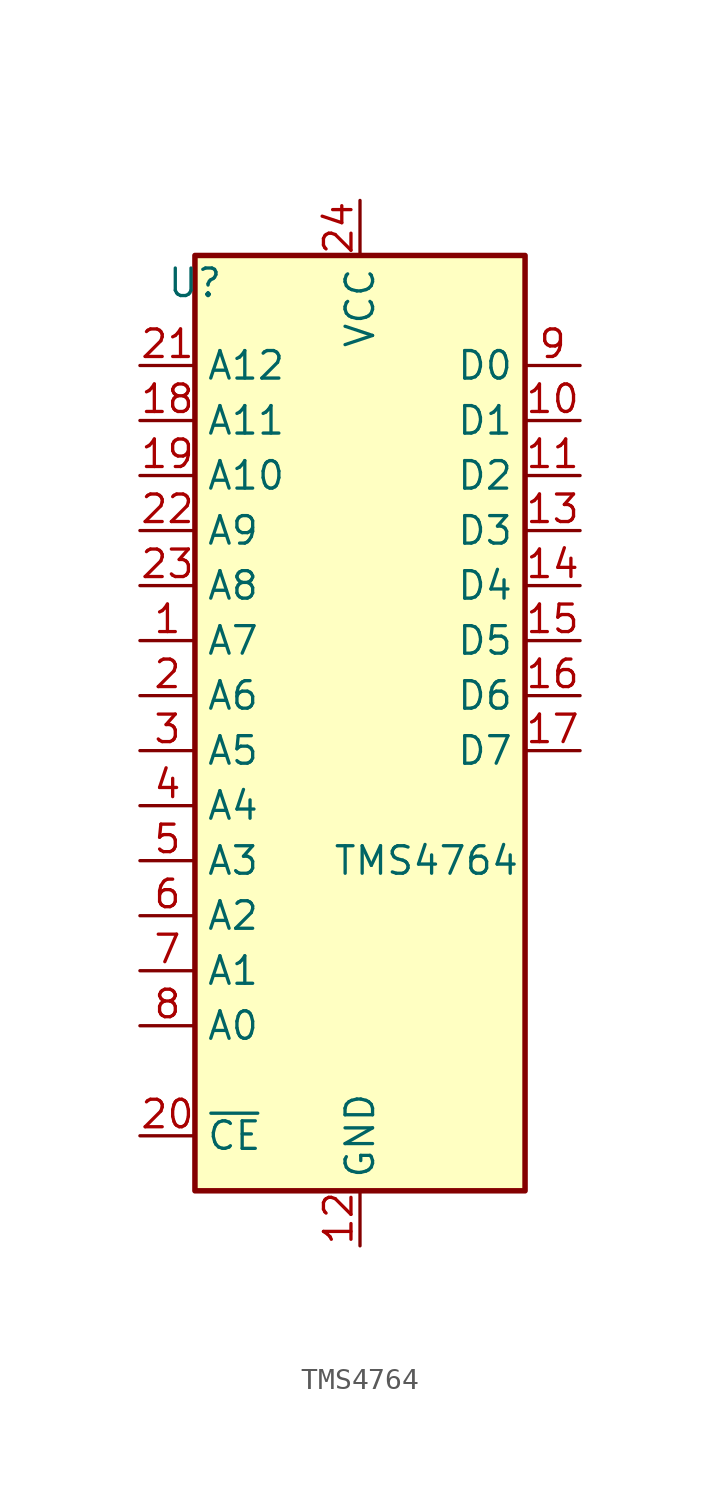
<source format=kicad_sym>
(kicad_symbol_lib
  (version 20220914)
  (generator kicad_symbol_editor)
  (symbol "TMS4764"
    (property "Reference" "U"
      (at -7.62 24.13 0)
      (effects (font (size 1.27 1.27))))
    (property "Value" "TMS4764"
      (at -1.27 -2.54 0)
      (effects (font (size 1.27 1.27)) (justify left)))
    (symbol "TMS4764_1_1"
      (rectangle (start -7.62 25.4) (end 7.62 -17.78) (stroke (width 0.254) (type default)) (fill (type background)))
      (pin input line (at -10.16 7.62 0) (length 2.54) (name "A7" (effects (font (size 1.27 1.27)))) (number "1" (effects (font (size 1.27 1.27)))))
      (pin tri_state line (at 10.16 17.78 180) (length 2.54) (name "D1" (effects (font (size 1.27 1.27)))) (number "10" (effects (font (size 1.27 1.27)))))
      (pin tri_state line (at 10.16 15.24 180) (length 2.54) (name "D2" (effects (font (size 1.27 1.27)))) (number "11" (effects (font (size 1.27 1.27)))))
      (pin power_in line (at 0 -20.32 90) (length 2.54) (name "GND" (effects (font (size 1.27 1.27)))) (number "12" (effects (font (size 1.27 1.27)))))
      (pin tri_state line (at 10.16 12.7 180) (length 2.54) (name "D3" (effects (font (size 1.27 1.27)))) (number "13" (effects (font (size 1.27 1.27)))))
      (pin tri_state line (at 10.16 10.16 180) (length 2.54) (name "D4" (effects (font (size 1.27 1.27)))) (number "14" (effects (font (size 1.27 1.27)))))
      (pin tri_state line (at 10.16 7.62 180) (length 2.54) (name "D5" (effects (font (size 1.27 1.27)))) (number "15" (effects (font (size 1.27 1.27)))))
      (pin tri_state line (at 10.16 5.08 180) (length 2.54) (name "D6" (effects (font (size 1.27 1.27)))) (number "16" (effects (font (size 1.27 1.27)))))
      (pin tri_state line (at 10.16 2.54 180) (length 2.54) (name "D7" (effects (font (size 1.27 1.27)))) (number "17" (effects (font (size 1.27 1.27)))))
      (pin input line (at -10.16 17.78 0) (length 2.54) (name "A11" (effects (font (size 1.27 1.27)))) (number "18" (effects (font (size 1.27 1.27)))))
      (pin input line (at -10.16 15.24 0) (length 2.54) (name "A10" (effects (font (size 1.27 1.27)))) (number "19" (effects (font (size 1.27 1.27)))))
      (pin input line (at -10.16 5.08 0) (length 2.54) (name "A6" (effects (font (size 1.27 1.27)))) (number "2" (effects (font (size 1.27 1.27)))))
      (pin input line (at -10.16 -15.24 0) (length 2.54) (name "~{CE}" (effects (font (size 1.27 1.27)))) (number "20" (effects (font (size 1.27 1.27)))))
      (pin input line (at -10.16 20.32 0) (length 2.54) (name "A12" (effects (font (size 1.27 1.27)))) (number "21" (effects (font (size 1.27 1.27)))))
      (pin input line (at -10.16 12.7 0) (length 2.54) (name "A9" (effects (font (size 1.27 1.27)))) (number "22" (effects (font (size 1.27 1.27)))))
      (pin input line (at -10.16 10.16 0) (length 2.54) (name "A8" (effects (font (size 1.27 1.27)))) (number "23" (effects (font (size 1.27 1.27)))))
      (pin power_in line (at 0 27.94 270) (length 2.54) (name "VCC" (effects (font (size 1.27 1.27)))) (number "24" (effects (font (size 1.27 1.27)))))
      (pin input line (at -10.16 2.54 0) (length 2.54) (name "A5" (effects (font (size 1.27 1.27)))) (number "3" (effects (font (size 1.27 1.27)))))
      (pin input line (at -10.16 0 0) (length 2.54) (name "A4" (effects (font (size 1.27 1.27)))) (number "4" (effects (font (size 1.27 1.27)))))
      (pin input line (at -10.16 -2.54 0) (length 2.54) (name "A3" (effects (font (size 1.27 1.27)))) (number "5" (effects (font (size 1.27 1.27)))))
      (pin input line (at -10.16 -5.08 0) (length 2.54) (name "A2" (effects (font (size 1.27 1.27)))) (number "6" (effects (font (size 1.27 1.27)))))
      (pin input line (at -10.16 -7.62 0) (length 2.54) (name "A1" (effects (font (size 1.27 1.27)))) (number "7" (effects (font (size 1.27 1.27)))))
      (pin input line (at -10.16 -10.16 0) (length 2.54) (name "A0" (effects (font (size 1.27 1.27)))) (number "8" (effects (font (size 1.27 1.27)))))
      (pin tri_state line (at 10.16 20.32 180) (length 2.54) (name "D0" (effects (font (size 1.27 1.27)))) (number "9" (effects (font (size 1.27 1.27))))))))
</source>
